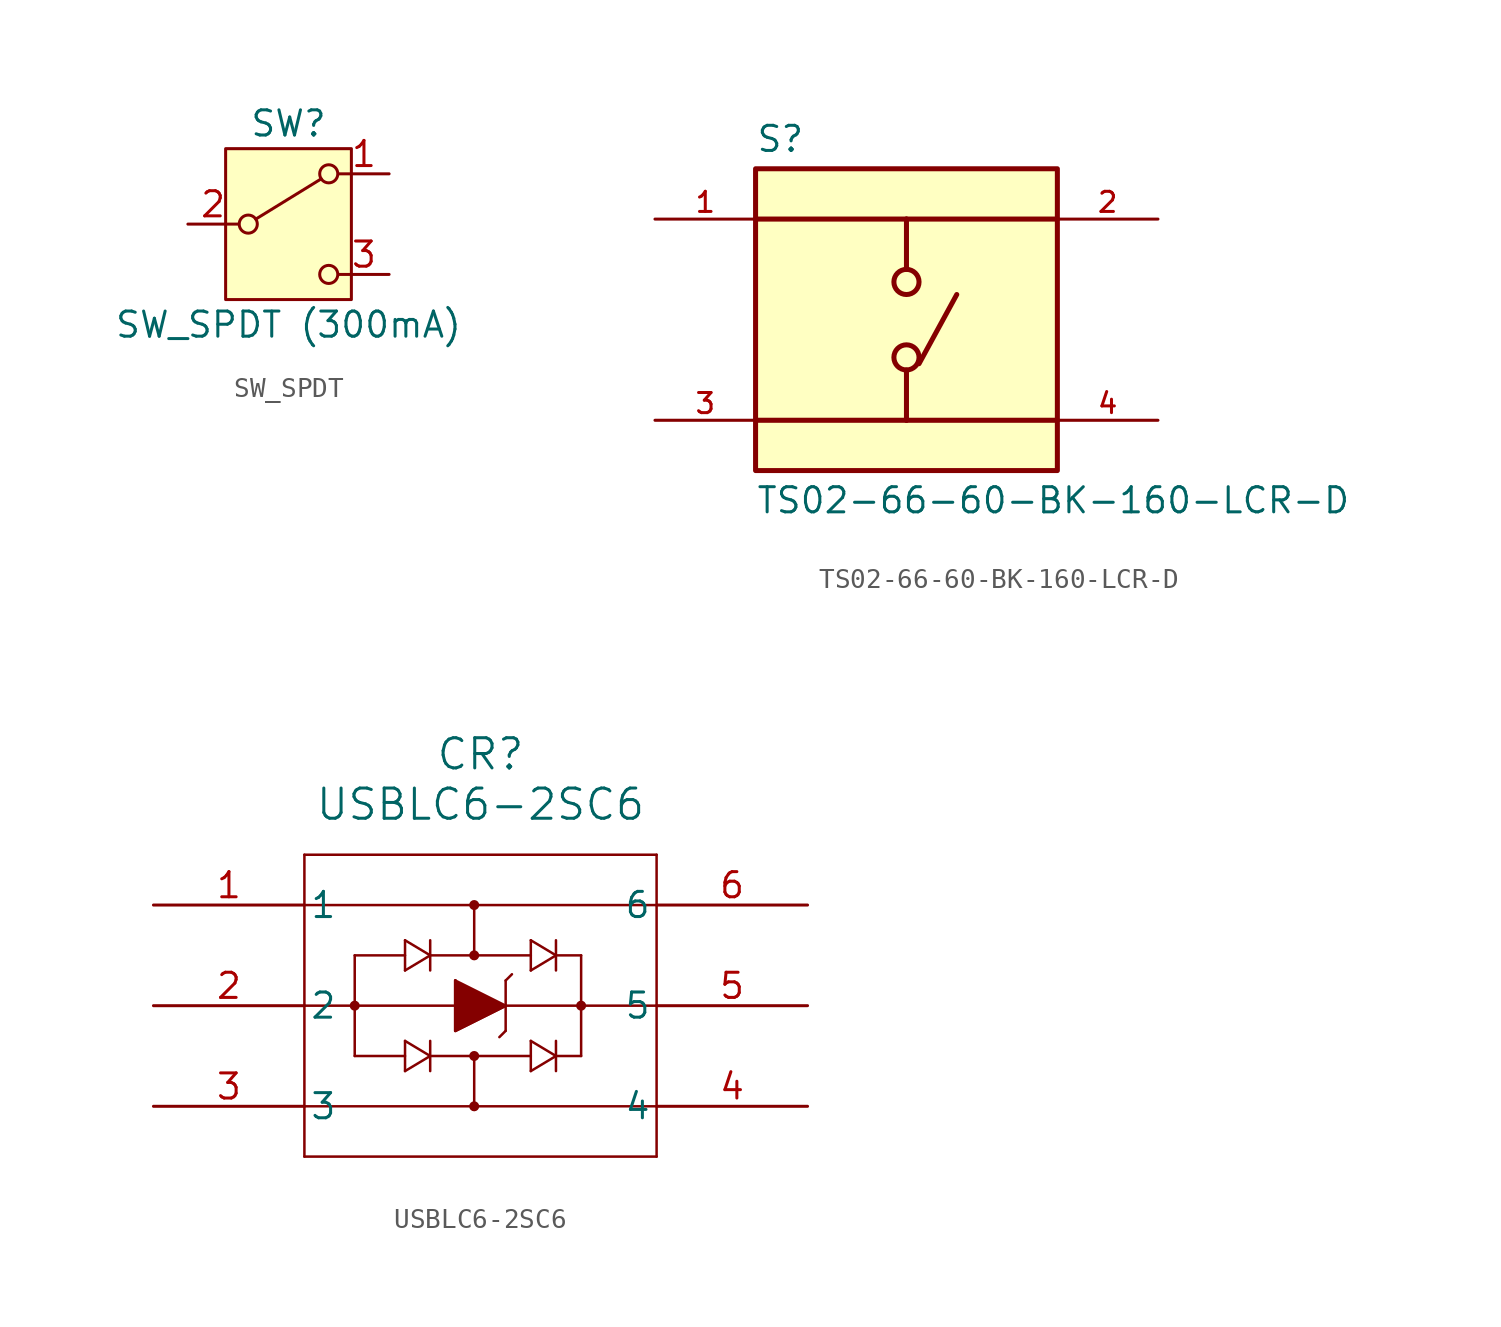
<source format=kicad_sym>
(kicad_symbol_lib
  (version 20231120)
  (generator "kicad_symbol_editor")
  (generator_version "8.0")
  (symbol "SW_SPDT"
    (pin_names
      (offset 0) hide)
    (property "Reference" "SW"
      (at 0 5.08 0)
      (effects (font (size 1.27 1.27))))
    (property "Value" "SW_SPDT (300mA)"
      (at 0 -5.08 0)
      (effects (font (size 1.27 1.27))))
    (symbol "SW_SPDT_0_1"
      (circle (center -2.032 0) (radius 0.457) (stroke (width 0) (type default)) (fill (type none)))
      (polyline (pts (xy -1.651 0.254) (xy 1.651 2.286)) (stroke (width 0) (type default)) (fill (type none)))
      (circle (center 2.032 -2.54) (radius 0.457) (stroke (width 0) (type default)) (fill (type none)))
      (circle (center 2.032 2.54) (radius 0.457) (stroke (width 0) (type default)) (fill (type none))))
    (symbol "SW_SPDT_1_1"
      (rectangle (start -3.175 3.81) (end 3.175 -3.81) (stroke (width 0) (type default)) (fill (type background)))
      (pin passive line (at 5.08 2.54 180) (length 2.54) (name "A" (effects (font (size 1.27 1.27)))) (number "1" (effects (font (size 1.27 1.27)))))
      (pin passive line (at -5.08 0 0) (length 2.54) (name "B" (effects (font (size 1.27 1.27)))) (number "2" (effects (font (size 1.27 1.27)))))
      (pin passive line (at 5.08 -2.54 180) (length 2.54) (name "C" (effects (font (size 1.27 1.27)))) (number "3" (effects (font (size 1.27 1.27)))))))
  (symbol "TS02-66-60-BK-160-LCR-D"
    (pin_names
      (offset 1.016))
    (property "Reference" "S"
      (at -7.62 8.382 0)
      (effects (font (size 1.27 1.27)) (justify left bottom)))
    (property "Value" "TS02-66-60-BK-160-LCR-D"
      (at -7.62 -8.382 0)
      (effects (font (size 1.27 1.27)) (justify left top)))
    (symbol "TS02-66-60-BK-160-LCR-D_0_0"
      (rectangle (start -7.62 -7.62) (end 7.62 7.62) (stroke (width 0.254) (type default)) (fill (type background)))
      (circle (center 0 -1.905) (radius 0.635) (stroke (width 0.254) (type default)) (fill (type none)))
      (polyline (pts (xy 0 -5.08) (xy -7.62 -5.08)) (stroke (width 0.254) (type default)) (fill (type none)))
      (polyline (pts (xy 0 -5.08) (xy 7.62 -5.08)) (stroke (width 0.254) (type default)) (fill (type none)))
      (polyline (pts (xy 0 -2.54) (xy 0 -5.08)) (stroke (width 0.254) (type default)) (fill (type none)))
      (polyline (pts (xy 0 5.08) (xy -7.62 5.08)) (stroke (width 0.254) (type default)) (fill (type none)))
      (polyline (pts (xy 0 5.08) (xy 0 2.54)) (stroke (width 0.254) (type default)) (fill (type none)))
      (polyline (pts (xy 0 5.08) (xy 7.62 5.08)) (stroke (width 0.254) (type default)) (fill (type none)))
      (polyline (pts (xy 0.635 -2.223) (xy 2.54 1.27)) (stroke (width 0.254) (type default)) (fill (type none)))
      (circle (center 0 1.905) (radius 0.635) (stroke (width 0.254) (type default)) (fill (type none)))
      (pin passive line (at -12.7 5.08 0) (length 5.08) (name "~" (effects (font (size 1.016 1.016)))) (number "1" (effects (font (size 1.016 1.016)))))
      (pin passive line (at 12.7 5.08 180) (length 5.08) (name "~" (effects (font (size 1.016 1.016)))) (number "2" (effects (font (size 1.016 1.016)))))
      (pin passive line (at -12.7 -5.08 0) (length 5.08) (name "~" (effects (font (size 1.016 1.016)))) (number "3" (effects (font (size 1.016 1.016)))))
      (pin passive line (at 12.7 -5.08 180) (length 5.08) (name "~" (effects (font (size 1.016 1.016)))) (number "4" (effects (font (size 1.016 1.016)))))))
  (symbol "USBLC6-2SC6"
    (pin_names
      (offset 0.254))
    (property "Reference" "CR"
      (at 16.51 7.62 0)
      (effects (font (size 1.524 1.524))))
    (property "Value" "USBLC6-2SC6"
      (at 16.51 5.08 0)
      (effects (font (size 1.524 1.524))))
    (symbol "USBLC6-2SC6_0_1"
      (polyline (pts (xy 7.62 -12.7) (xy 25.4 -12.7)) (stroke (width 0.127) (type default)) (fill (type none)))
      (polyline (pts (xy 7.62 -10.16) (xy 25.4 -10.16)) (stroke (width 0.127) (type default)) (fill (type none)))
      (polyline (pts (xy 7.62 -5.08) (xy 25.4 -5.08)) (stroke (width 0.127) (type default)) (fill (type none)))
      (polyline (pts (xy 7.62 0) (xy 25.4 0)) (stroke (width 0.127) (type default)) (fill (type none)))
      (polyline (pts (xy 7.62 2.54) (xy 7.62 -12.7)) (stroke (width 0.127) (type default)) (fill (type none)))
      (polyline (pts (xy 10.16 -7.62) (xy 12.7 -7.62)) (stroke (width 0.127) (type default)) (fill (type none)))
      (polyline (pts (xy 10.16 -2.54) (xy 10.16 -7.62)) (stroke (width 0.127) (type default)) (fill (type none)))
      (polyline (pts (xy 12.7 -8.382) (xy 13.97 -7.62)) (stroke (width 0.127) (type default)) (fill (type none)))
      (polyline (pts (xy 12.7 -6.858) (xy 12.7 -8.382)) (stroke (width 0.127) (type default)) (fill (type none)))
      (polyline (pts (xy 12.7 -3.302) (xy 13.97 -2.54)) (stroke (width 0.127) (type default)) (fill (type none)))
      (polyline (pts (xy 12.7 -2.54) (xy 10.16 -2.54)) (stroke (width 0.127) (type default)) (fill (type none)))
      (polyline (pts (xy 12.7 -1.778) (xy 12.7 -3.302)) (stroke (width 0.127) (type default)) (fill (type none)))
      (polyline (pts (xy 13.97 -7.62) (xy 12.7 -6.858)) (stroke (width 0.127) (type default)) (fill (type none)))
      (polyline (pts (xy 13.97 -7.62) (xy 19.05 -7.62)) (stroke (width 0.127) (type default)) (fill (type none)))
      (polyline (pts (xy 13.97 -6.858) (xy 13.97 -8.382)) (stroke (width 0.127) (type default)) (fill (type none)))
      (polyline (pts (xy 13.97 -2.54) (xy 12.7 -1.778)) (stroke (width 0.127) (type default)) (fill (type none)))
      (polyline (pts (xy 13.97 -2.54) (xy 19.05 -2.54)) (stroke (width 0.127) (type default)) (fill (type none)))
      (polyline (pts (xy 13.97 -1.778) (xy 13.97 -3.302)) (stroke (width 0.127) (type default)) (fill (type none)))
      (polyline (pts (xy 15.24 -6.35) (xy 17.78 -5.08)) (stroke (width 0.127) (type default)) (fill (type none)))
      (polyline (pts (xy 15.24 -3.81) (xy 15.24 -6.35)) (stroke (width 0.127) (type default)) (fill (type none)))
      (polyline (pts (xy 16.192 -7.62) (xy 16.192 -10.16)) (stroke (width 0.127) (type default)) (fill (type none)))
      (polyline (pts (xy 16.192 -2.54) (xy 16.192 0)) (stroke (width 0.127) (type default)) (fill (type none)))
      (polyline (pts (xy 17.78 -6.35) (xy 17.462 -6.668)) (stroke (width 0.127) (type default)) (fill (type none)))
      (polyline (pts (xy 17.78 -5.08) (xy 15.24 -3.81)) (stroke (width 0.127) (type default)) (fill (type none)))
      (polyline (pts (xy 17.78 -3.81) (xy 17.78 -6.35)) (stroke (width 0.127) (type default)) (fill (type none)))
      (polyline (pts (xy 17.78 -3.81) (xy 18.098 -3.493)) (stroke (width 0.127) (type default)) (fill (type none)))
      (polyline (pts (xy 19.05 -8.382) (xy 19.05 -6.858)) (stroke (width 0.127) (type default)) (fill (type none)))
      (polyline (pts (xy 19.05 -6.858) (xy 20.32 -7.62)) (stroke (width 0.127) (type default)) (fill (type none)))
      (polyline (pts (xy 19.05 -3.302) (xy 19.05 -1.778)) (stroke (width 0.127) (type default)) (fill (type none)))
      (polyline (pts (xy 19.05 -1.778) (xy 20.32 -2.54)) (stroke (width 0.127) (type default)) (fill (type none)))
      (polyline (pts (xy 20.32 -8.382) (xy 20.32 -6.858)) (stroke (width 0.127) (type default)) (fill (type none)))
      (polyline (pts (xy 20.32 -7.62) (xy 19.05 -8.382)) (stroke (width 0.127) (type default)) (fill (type none)))
      (polyline (pts (xy 20.32 -7.62) (xy 21.59 -7.62)) (stroke (width 0.127) (type default)) (fill (type none)))
      (polyline (pts (xy 20.32 -3.302) (xy 20.32 -1.778)) (stroke (width 0.127) (type default)) (fill (type none)))
      (polyline (pts (xy 20.32 -2.54) (xy 19.05 -3.302)) (stroke (width 0.127) (type default)) (fill (type none)))
      (polyline (pts (xy 20.32 -2.54) (xy 21.59 -2.54)) (stroke (width 0.127) (type default)) (fill (type none)))
      (polyline (pts (xy 21.59 -7.62) (xy 21.59 -2.54)) (stroke (width 0.127) (type default)) (fill (type none)))
      (polyline (pts (xy 25.4 -12.7) (xy 25.4 2.54)) (stroke (width 0.127) (type default)) (fill (type none)))
      (polyline (pts (xy 25.4 2.54) (xy 7.62 2.54)) (stroke (width 0.127) (type default)) (fill (type none)))
      (polyline (pts (xy 15.24 -3.81) (xy 15.24 -6.35) (xy 17.78 -5.08)) (stroke (width 0) (type default)) (fill (type outline)))
      (circle (center 10.16 -5.08) (radius 0.127) (stroke (width 0.254) (type default)) (fill (type none)))
      (circle (center 16.192 -10.16) (radius 0.127) (stroke (width 0.254) (type default)) (fill (type none)))
      (circle (center 16.192 -7.62) (radius 0.127) (stroke (width 0.254) (type default)) (fill (type none)))
      (circle (center 16.192 -2.54) (radius 0.127) (stroke (width 0.254) (type default)) (fill (type none)))
      (circle (center 16.192 0) (radius 0.127) (stroke (width 0.254) (type default)) (fill (type none)))
      (circle (center 21.59 -5.08) (radius 0.127) (stroke (width 0.254) (type default)) (fill (type none)))
      (pin unspecified line (at 0 0 0) (length 7.62) (name "1" (effects (font (size 1.27 1.27)))) (number "1" (effects (font (size 1.27 1.27)))))
      (pin unspecified line (at 0 -5.08 0) (length 7.62) (name "2" (effects (font (size 1.27 1.27)))) (number "2" (effects (font (size 1.27 1.27)))))
      (pin unspecified line (at 0 -10.16 0) (length 7.62) (name "3" (effects (font (size 1.27 1.27)))) (number "3" (effects (font (size 1.27 1.27)))))
      (pin unspecified line (at 33.02 -10.16 180) (length 7.62) (name "4" (effects (font (size 1.27 1.27)))) (number "4" (effects (font (size 1.27 1.27)))))
      (pin unspecified line (at 33.02 -5.08 180) (length 7.62) (name "5" (effects (font (size 1.27 1.27)))) (number "5" (effects (font (size 1.27 1.27)))))
      (pin unspecified line (at 33.02 0 180) (length 7.62) (name "6" (effects (font (size 1.27 1.27)))) (number "6" (effects (font (size 1.27 1.27))))))))
</source>
